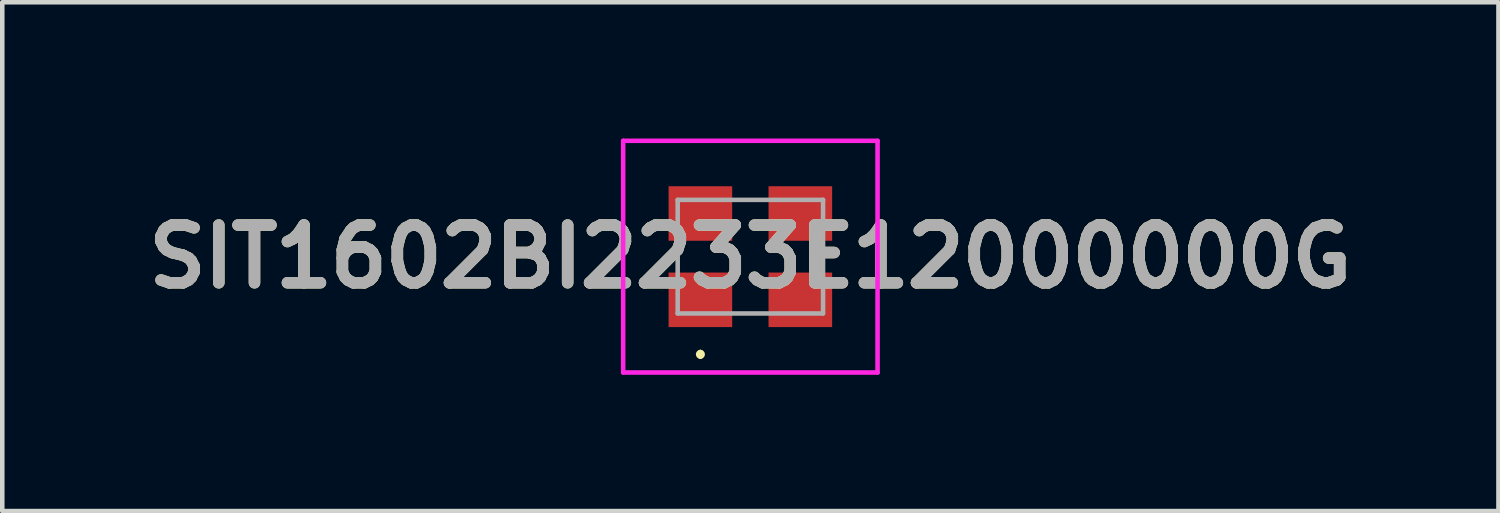
<source format=kicad_pcb>
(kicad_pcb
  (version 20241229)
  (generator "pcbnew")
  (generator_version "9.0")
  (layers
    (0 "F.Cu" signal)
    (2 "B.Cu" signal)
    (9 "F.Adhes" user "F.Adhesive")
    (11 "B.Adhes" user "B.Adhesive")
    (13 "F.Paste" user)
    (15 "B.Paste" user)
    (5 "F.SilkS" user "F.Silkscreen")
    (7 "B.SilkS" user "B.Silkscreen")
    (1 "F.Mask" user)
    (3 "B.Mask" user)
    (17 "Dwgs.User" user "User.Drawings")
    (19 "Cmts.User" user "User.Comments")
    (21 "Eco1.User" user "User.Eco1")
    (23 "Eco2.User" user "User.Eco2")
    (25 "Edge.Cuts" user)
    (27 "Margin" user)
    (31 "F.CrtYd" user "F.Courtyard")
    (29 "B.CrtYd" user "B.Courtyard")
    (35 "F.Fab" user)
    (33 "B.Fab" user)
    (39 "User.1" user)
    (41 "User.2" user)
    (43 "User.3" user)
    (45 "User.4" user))
  (footprint "SIT1602BI2233E12000000G"
    (layer "F.Cu")
    (at 13.468 2.6)
    (property "Reference" "SIT1602BI2233E12000000G" (at 0 0 0) (layer "F.SilkS") (effects (font (size 1.27 1.27) (thickness 0.254))))
    (attr smd)
    (fp_line (start -1.1 2.1) (end -1.1 2.1) (stroke (width 0.1) (type solid)) (layer "F.SilkS"))
    (fp_line (start -1.1 2.2) (end -1.1 2.2) (stroke (width 0.1) (type solid)) (layer "F.SilkS"))
    (fp_arc (start -1.1 2.1) (mid -1.05 2.15) (end -1.1 2.2) (stroke (width 0.1) (type solid)) (layer "F.SilkS"))
    (fp_arc (start -1.1 2.2) (mid -1.15 2.15) (end -1.1 2.1) (stroke (width 0.1) (type solid)) (layer "F.SilkS"))
    (fp_line (start -2.8 -2.55) (end 2.8 -2.55) (stroke (width 0.1) (type solid)) (layer "F.CrtYd"))
    (fp_line (start -2.8 2.55) (end -2.8 -2.55) (stroke (width 0.1) (type solid)) (layer "F.CrtYd"))
    (fp_line (start 2.8 -2.55) (end 2.8 2.55) (stroke (width 0.1) (type solid)) (layer "F.CrtYd"))
    (fp_line (start 2.8 2.55) (end -2.8 2.55) (stroke (width 0.1) (type solid)) (layer "F.CrtYd"))
    (fp_line (start -1.6 -1.25) (end -1.6 1.25) (stroke (width 0.1) (type solid)) (layer "F.Fab"))
    (fp_line (start -1.6 1.25) (end 1.6 1.25) (stroke (width 0.1) (type solid)) (layer "F.Fab"))
    (fp_line (start 1.6 -1.25) (end -1.6 -1.25) (stroke (width 0.1) (type solid)) (layer "F.Fab"))
    (fp_line (start 1.6 1.25) (end 1.6 -1.25) (stroke (width 0.1) (type solid)) (layer "F.Fab"))
    (fp_text user "${REFERENCE}" (at 0 0 0) (layer "F.Fab") (effects (font (size 1.27 1.27) (thickness 0.254))))
    (pad "1" smd rect (at -1.1 0.95 90) (size 1.2 1.4) (layers "F.Cu" "F.Mask" "F.Paste"))
    (pad "2" smd rect (at 1.1 0.95 90) (size 1.2 1.4) (layers "F.Cu" "F.Mask" "F.Paste"))
    (pad "3" smd rect (at 1.1 -0.95 90) (size 1.2 1.4) (layers "F.Cu" "F.Mask" "F.Paste"))
    (pad "4" smd rect (at -1.1 -0.95 90) (size 1.2 1.4) (layers "F.Cu" "F.Mask" "F.Paste")))
  (gr_rect
    (start -3 -3)
    (end 29.936 8.2)
    (stroke (width 0.1) (type default))
    (fill no)
    (layer "Edge.Cuts")))
</source>
